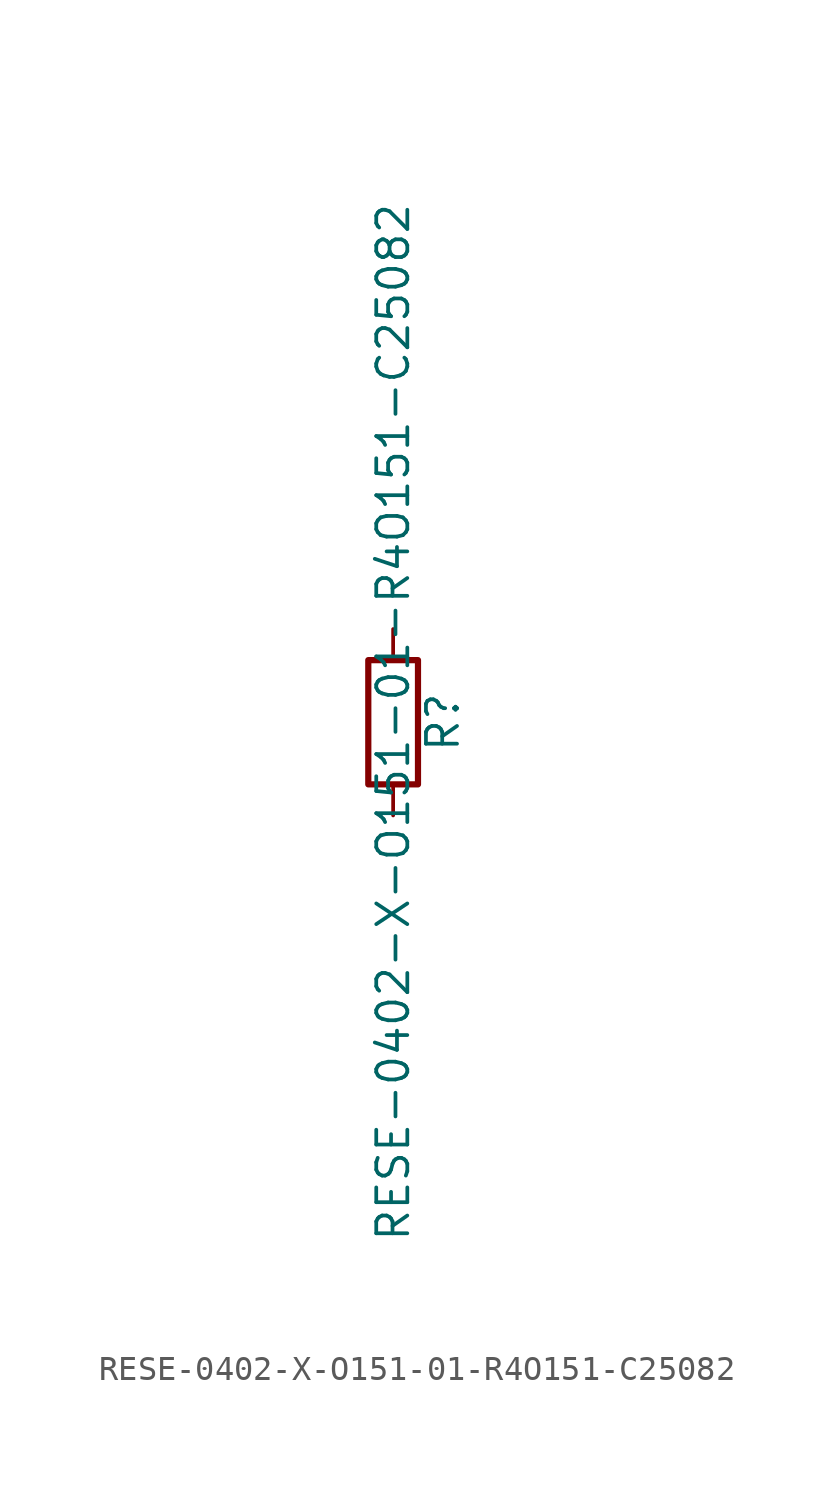
<source format=kicad_sym>
(kicad_symbol_lib
  (version 20211014)
  (generator kicad_symbol_editor)
  (symbol "RESE-0402-X-O151-01-R4O151-C25082"
    (pin_numbers hide)
    (pin_names
      (offset 0))
    (property "Reference" "R"
      (at 2.032 0 90)
      (effects (font (size 1.27 1.27))))
    (property "Value" "RESE-0402-X-O151-01-R4O151-C25082"
      (at 0 0 90)
      (effects (font (size 1.27 1.27))))
    (symbol "RESE-0402-X-O151-01-R4O151-C25082_0_1"
      (rectangle (start -1.016 -2.54) (end 1.016 2.54) (stroke (width 0.254) (type default) (color 0 0 0 0)) (fill (type none))))
    (symbol "RESE-0402-X-O151-01-R4O151-C25082_1_1"
      (pin passive line (at 0 3.81 270) (length 1.27) (name "~" (effects (font (size 1.27 1.27)))) (number "1" (effects (font (size 1.27 1.27)))))
      (pin passive line (at 0 -3.81 90) (length 1.27) (name "~" (effects (font (size 1.27 1.27)))) (number "2" (effects (font (size 1.27 1.27))))))))
</source>
